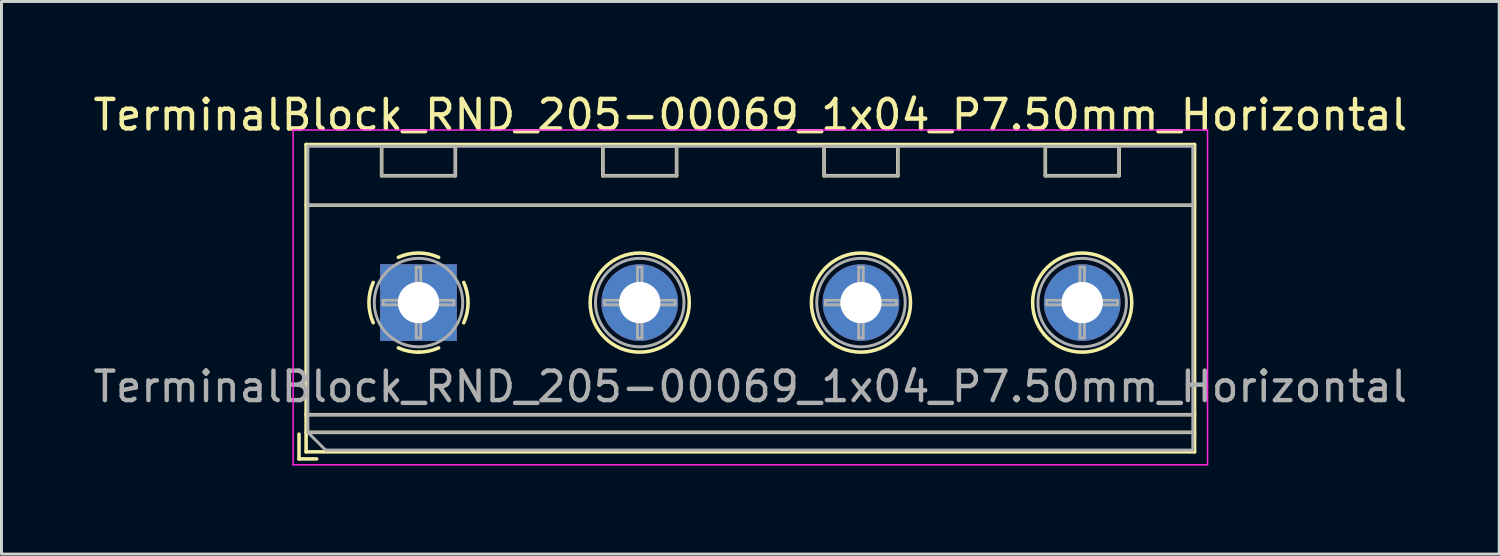
<source format=kicad_pcb>
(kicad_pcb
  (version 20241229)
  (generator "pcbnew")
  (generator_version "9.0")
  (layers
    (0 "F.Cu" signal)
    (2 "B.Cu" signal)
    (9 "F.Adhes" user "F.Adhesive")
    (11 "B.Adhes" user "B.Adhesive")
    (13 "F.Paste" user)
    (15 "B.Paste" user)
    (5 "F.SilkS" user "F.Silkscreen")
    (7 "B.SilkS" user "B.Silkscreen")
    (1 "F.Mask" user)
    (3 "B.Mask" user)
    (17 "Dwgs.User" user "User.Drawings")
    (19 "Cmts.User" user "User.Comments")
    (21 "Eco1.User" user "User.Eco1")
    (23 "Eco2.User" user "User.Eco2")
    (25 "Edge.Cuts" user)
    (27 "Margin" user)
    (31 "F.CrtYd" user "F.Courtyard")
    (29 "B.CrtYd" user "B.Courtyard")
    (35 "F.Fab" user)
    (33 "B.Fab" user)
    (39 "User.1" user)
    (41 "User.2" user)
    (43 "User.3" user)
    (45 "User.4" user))
  (footprint "TerminalBlock_RND_205-00069_1x04_P7.50mm_Horizontal"
    (layer "F.Cu")
    (at 11.137 7.208)
    (property "Reference" "TerminalBlock_RND_205-00069_1x04_P7.50mm_Horizontal" (at 11.25 -6.36 0) (layer "F.SilkS") (effects (font (size 1 1) (thickness 0.15))))
    (attr through_hole)
    (fp_line (start -4.05 4.46) (end -4.05 5.3) (stroke (width 0.12) (type solid)) (layer "F.SilkS"))
    (fp_line (start -4.05 5.3) (end -3.45 5.3) (stroke (width 0.12) (type solid)) (layer "F.SilkS"))
    (fp_line (start -3.81 -5.36) (end -3.81 5.06) (stroke (width 0.12) (type solid)) (layer "F.SilkS"))
    (fp_line (start -3.81 -5.36) (end 26.31 -5.36) (stroke (width 0.12) (type solid)) (layer "F.SilkS"))
    (fp_line (start -3.81 -3.301) (end 26.31 -3.301) (stroke (width 0.12) (type solid)) (layer "F.SilkS"))
    (fp_line (start -3.81 3.8) (end 26.31 3.8) (stroke (width 0.12) (type solid)) (layer "F.SilkS"))
    (fp_line (start -3.81 4.4) (end 26.31 4.4) (stroke (width 0.12) (type solid)) (layer "F.SilkS"))
    (fp_line (start -3.81 5.06) (end 26.31 5.06) (stroke (width 0.12) (type solid)) (layer "F.SilkS"))
    (fp_line (start -1.25 -5.301) (end -1.25 -4.301) (stroke (width 0.12) (type solid)) (layer "F.SilkS"))
    (fp_line (start -1.25 -5.301) (end 1.25 -5.301) (stroke (width 0.12) (type solid)) (layer "F.SilkS"))
    (fp_line (start -1.25 -4.301) (end 1.25 -4.301) (stroke (width 0.12) (type solid)) (layer "F.SilkS"))
    (fp_line (start 1.25 -5.301) (end 1.25 -4.301) (stroke (width 0.12) (type solid)) (layer "F.SilkS"))
    (fp_line (start 6.25 -5.301) (end 6.25 -4.301) (stroke (width 0.12) (type solid)) (layer "F.SilkS"))
    (fp_line (start 6.25 -5.301) (end 8.75 -5.301) (stroke (width 0.12) (type solid)) (layer "F.SilkS"))
    (fp_line (start 6.25 -4.301) (end 8.75 -4.301) (stroke (width 0.12) (type solid)) (layer "F.SilkS"))
    (fp_line (start 8.75 -5.301) (end 8.75 -4.301) (stroke (width 0.12) (type solid)) (layer "F.SilkS"))
    (fp_line (start 13.75 -5.301) (end 13.75 -4.301) (stroke (width 0.12) (type solid)) (layer "F.SilkS"))
    (fp_line (start 13.75 -5.301) (end 16.25 -5.301) (stroke (width 0.12) (type solid)) (layer "F.SilkS"))
    (fp_line (start 13.75 -4.301) (end 16.25 -4.301) (stroke (width 0.12) (type solid)) (layer "F.SilkS"))
    (fp_line (start 16.25 -5.301) (end 16.25 -4.301) (stroke (width 0.12) (type solid)) (layer "F.SilkS"))
    (fp_line (start 21.25 -5.301) (end 21.25 -4.301) (stroke (width 0.12) (type solid)) (layer "F.SilkS"))
    (fp_line (start 21.25 -5.301) (end 23.75 -5.301) (stroke (width 0.12) (type solid)) (layer "F.SilkS"))
    (fp_line (start 21.25 -4.301) (end 23.75 -4.301) (stroke (width 0.12) (type solid)) (layer "F.SilkS"))
    (fp_line (start 23.75 -5.301) (end 23.75 -4.301) (stroke (width 0.12) (type solid)) (layer "F.SilkS"))
    (fp_line (start 26.31 -5.36) (end 26.31 5.06) (stroke (width 0.12) (type solid)) (layer "F.SilkS"))
    (fp_arc (start -1.535427 0.683042) (mid -1.680501 -0.000524) (end -1.535 -0.684) (stroke (width 0.12) (type solid)) (layer "F.SilkS"))
    (fp_arc (start -0.683042 -1.535427) (mid 0.000524 -1.680501) (end 0.684 -1.535) (stroke (width 0.12) (type solid)) (layer "F.SilkS"))
    (fp_arc (start 0.028805 1.680253) (mid -0.335551 1.646659) (end -0.684 1.535) (stroke (width 0.12) (type solid)) (layer "F.SilkS"))
    (fp_arc (start 0.683318 1.534756) (mid 0.349292 1.643288) (end 0 1.68) (stroke (width 0.12) (type solid)) (layer "F.SilkS"))
    (fp_arc (start 1.535427 -0.683042) (mid 1.680501 0.000524) (end 1.535 0.684) (stroke (width 0.12) (type solid)) (layer "F.SilkS"))
    (fp_circle (center 7.5 0) (end 9.18 0) (stroke (width 0.12) (type solid)) (fill no) (layer "F.SilkS"))
    (fp_circle (center 15 0) (end 16.68 0) (stroke (width 0.12) (type solid)) (fill no) (layer "F.SilkS"))
    (fp_circle (center 22.5 0) (end 24.18 0) (stroke (width 0.12) (type solid)) (fill no) (layer "F.SilkS"))
    (fp_line (start -4.25 -5.85) (end -4.25 5.5) (stroke (width 0.05) (type solid)) (layer "F.CrtYd"))
    (fp_line (start -4.25 5.5) (end 26.75 5.5) (stroke (width 0.05) (type solid)) (layer "F.CrtYd"))
    (fp_line (start 26.75 -5.85) (end -4.25 -5.85) (stroke (width 0.05) (type solid)) (layer "F.CrtYd"))
    (fp_line (start 26.75 5.5) (end 26.75 -5.85) (stroke (width 0.05) (type solid)) (layer "F.CrtYd"))
    (fp_line (start -3.75 -5.3) (end 26.25 -5.3) (stroke (width 0.1) (type solid)) (layer "F.Fab"))
    (fp_line (start -3.75 -3.3) (end 26.25 -3.3) (stroke (width 0.1) (type solid)) (layer "F.Fab"))
    (fp_line (start -3.75 3.8) (end 26.25 3.8) (stroke (width 0.1) (type solid)) (layer "F.Fab"))
    (fp_line (start -3.75 4.4) (end -3.75 -5.3) (stroke (width 0.1) (type solid)) (layer "F.Fab"))
    (fp_line (start -3.75 4.4) (end 26.25 4.4) (stroke (width 0.1) (type solid)) (layer "F.Fab"))
    (fp_line (start -3.15 5) (end -3.75 4.4) (stroke (width 0.1) (type solid)) (layer "F.Fab"))
    (fp_line (start -1.25 -5.3) (end -1.25 -4.3) (stroke (width 0.1) (type solid)) (layer "F.Fab"))
    (fp_line (start -1.25 -4.3) (end 1.25 -4.3) (stroke (width 0.1) (type solid)) (layer "F.Fab"))
    (fp_line (start -1.201 -0.076) (end -0.076 -0.076) (stroke (width 0.1) (type solid)) (layer "F.Fab"))
    (fp_line (start -1.201 0.076) (end -1.201 -0.076) (stroke (width 0.1) (type solid)) (layer "F.Fab"))
    (fp_line (start -0.076 -1.201) (end 0.076 -1.201) (stroke (width 0.1) (type solid)) (layer "F.Fab"))
    (fp_line (start -0.076 -0.076) (end -0.076 -1.201) (stroke (width 0.1) (type solid)) (layer "F.Fab"))
    (fp_line (start -0.076 0.076) (end -1.201 0.076) (stroke (width 0.1) (type solid)) (layer "F.Fab"))
    (fp_line (start -0.076 1.201) (end -0.076 0.076) (stroke (width 0.1) (type solid)) (layer "F.Fab"))
    (fp_line (start 0.076 -1.201) (end 0.076 -0.076) (stroke (width 0.1) (type solid)) (layer "F.Fab"))
    (fp_line (start 0.076 -0.076) (end 1.201 -0.076) (stroke (width 0.1) (type solid)) (layer "F.Fab"))
    (fp_line (start 0.076 0.076) (end 0.076 1.201) (stroke (width 0.1) (type solid)) (layer "F.Fab"))
    (fp_line (start 0.076 1.201) (end -0.076 1.201) (stroke (width 0.1) (type solid)) (layer "F.Fab"))
    (fp_line (start 1.201 -0.076) (end 1.201 0.076) (stroke (width 0.1) (type solid)) (layer "F.Fab"))
    (fp_line (start 1.201 0.076) (end 0.076 0.076) (stroke (width 0.1) (type solid)) (layer "F.Fab"))
    (fp_line (start 1.25 -5.3) (end -1.25 -5.3) (stroke (width 0.1) (type solid)) (layer "F.Fab"))
    (fp_line (start 1.25 -4.3) (end 1.25 -5.3) (stroke (width 0.1) (type solid)) (layer "F.Fab"))
    (fp_line (start 6.25 -5.3) (end 6.25 -4.3) (stroke (width 0.1) (type solid)) (layer "F.Fab"))
    (fp_line (start 6.25 -4.3) (end 8.75 -4.3) (stroke (width 0.1) (type solid)) (layer "F.Fab"))
    (fp_line (start 6.299 -0.076) (end 7.424 -0.076) (stroke (width 0.1) (type solid)) (layer "F.Fab"))
    (fp_line (start 6.299 0.076) (end 6.299 -0.076) (stroke (width 0.1) (type solid)) (layer "F.Fab"))
    (fp_line (start 7.424 -1.201) (end 7.576 -1.201) (stroke (width 0.1) (type solid)) (layer "F.Fab"))
    (fp_line (start 7.424 -0.076) (end 7.424 -1.201) (stroke (width 0.1) (type solid)) (layer "F.Fab"))
    (fp_line (start 7.424 0.076) (end 6.299 0.076) (stroke (width 0.1) (type solid)) (layer "F.Fab"))
    (fp_line (start 7.424 1.201) (end 7.424 0.076) (stroke (width 0.1) (type solid)) (layer "F.Fab"))
    (fp_line (start 7.576 -1.201) (end 7.576 -0.076) (stroke (width 0.1) (type solid)) (layer "F.Fab"))
    (fp_line (start 7.576 -0.076) (end 8.701 -0.076) (stroke (width 0.1) (type solid)) (layer "F.Fab"))
    (fp_line (start 7.576 0.076) (end 7.576 1.201) (stroke (width 0.1) (type solid)) (layer "F.Fab"))
    (fp_line (start 7.576 1.201) (end 7.424 1.201) (stroke (width 0.1) (type solid)) (layer "F.Fab"))
    (fp_line (start 8.701 -0.076) (end 8.701 0.076) (stroke (width 0.1) (type solid)) (layer "F.Fab"))
    (fp_line (start 8.701 0.076) (end 7.576 0.076) (stroke (width 0.1) (type solid)) (layer "F.Fab"))
    (fp_line (start 8.75 -5.3) (end 6.25 -5.3) (stroke (width 0.1) (type solid)) (layer "F.Fab"))
    (fp_line (start 8.75 -4.3) (end 8.75 -5.3) (stroke (width 0.1) (type solid)) (layer "F.Fab"))
    (fp_line (start 13.75 -5.3) (end 13.75 -4.3) (stroke (width 0.1) (type solid)) (layer "F.Fab"))
    (fp_line (start 13.75 -4.3) (end 16.25 -4.3) (stroke (width 0.1) (type solid)) (layer "F.Fab"))
    (fp_line (start 13.799 -0.076) (end 14.924 -0.076) (stroke (width 0.1) (type solid)) (layer "F.Fab"))
    (fp_line (start 13.799 0.076) (end 13.799 -0.076) (stroke (width 0.1) (type solid)) (layer "F.Fab"))
    (fp_line (start 14.924 -1.201) (end 15.076 -1.201) (stroke (width 0.1) (type solid)) (layer "F.Fab"))
    (fp_line (start 14.924 -0.076) (end 14.924 -1.201) (stroke (width 0.1) (type solid)) (layer "F.Fab"))
    (fp_line (start 14.924 0.076) (end 13.799 0.076) (stroke (width 0.1) (type solid)) (layer "F.Fab"))
    (fp_line (start 14.924 1.201) (end 14.924 0.076) (stroke (width 0.1) (type solid)) (layer "F.Fab"))
    (fp_line (start 15.076 -1.201) (end 15.076 -0.076) (stroke (width 0.1) (type solid)) (layer "F.Fab"))
    (fp_line (start 15.076 -0.076) (end 16.201 -0.076) (stroke (width 0.1) (type solid)) (layer "F.Fab"))
    (fp_line (start 15.076 0.076) (end 15.076 1.201) (stroke (width 0.1) (type solid)) (layer "F.Fab"))
    (fp_line (start 15.076 1.201) (end 14.924 1.201) (stroke (width 0.1) (type solid)) (layer "F.Fab"))
    (fp_line (start 16.201 -0.076) (end 16.201 0.076) (stroke (width 0.1) (type solid)) (layer "F.Fab"))
    (fp_line (start 16.201 0.076) (end 15.076 0.076) (stroke (width 0.1) (type solid)) (layer "F.Fab"))
    (fp_line (start 16.25 -5.3) (end 13.75 -5.3) (stroke (width 0.1) (type solid)) (layer "F.Fab"))
    (fp_line (start 16.25 -4.3) (end 16.25 -5.3) (stroke (width 0.1) (type solid)) (layer "F.Fab"))
    (fp_line (start 21.25 -5.3) (end 21.25 -4.3) (stroke (width 0.1) (type solid)) (layer "F.Fab"))
    (fp_line (start 21.25 -4.3) (end 23.75 -4.3) (stroke (width 0.1) (type solid)) (layer "F.Fab"))
    (fp_line (start 21.299 -0.076) (end 22.424 -0.076) (stroke (width 0.1) (type solid)) (layer "F.Fab"))
    (fp_line (start 21.299 0.076) (end 21.299 -0.076) (stroke (width 0.1) (type solid)) (layer "F.Fab"))
    (fp_line (start 22.424 -1.201) (end 22.576 -1.201) (stroke (width 0.1) (type solid)) (layer "F.Fab"))
    (fp_line (start 22.424 -0.076) (end 22.424 -1.201) (stroke (width 0.1) (type solid)) (layer "F.Fab"))
    (fp_line (start 22.424 0.076) (end 21.299 0.076) (stroke (width 0.1) (type solid)) (layer "F.Fab"))
    (fp_line (start 22.424 1.201) (end 22.424 0.076) (stroke (width 0.1) (type solid)) (layer "F.Fab"))
    (fp_line (start 22.576 -1.201) (end 22.576 -0.076) (stroke (width 0.1) (type solid)) (layer "F.Fab"))
    (fp_line (start 22.576 -0.076) (end 23.701 -0.076) (stroke (width 0.1) (type solid)) (layer "F.Fab"))
    (fp_line (start 22.576 0.076) (end 22.576 1.201) (stroke (width 0.1) (type solid)) (layer "F.Fab"))
    (fp_line (start 22.576 1.201) (end 22.424 1.201) (stroke (width 0.1) (type solid)) (layer "F.Fab"))
    (fp_line (start 23.701 -0.076) (end 23.701 0.076) (stroke (width 0.1) (type solid)) (layer "F.Fab"))
    (fp_line (start 23.701 0.076) (end 22.576 0.076) (stroke (width 0.1) (type solid)) (layer "F.Fab"))
    (fp_line (start 23.75 -5.3) (end 21.25 -5.3) (stroke (width 0.1) (type solid)) (layer "F.Fab"))
    (fp_line (start 23.75 -4.3) (end 23.75 -5.3) (stroke (width 0.1) (type solid)) (layer "F.Fab"))
    (fp_line (start 26.25 -5.3) (end 26.25 5) (stroke (width 0.1) (type solid)) (layer "F.Fab"))
    (fp_line (start 26.25 5) (end -3.15 5) (stroke (width 0.1) (type solid)) (layer "F.Fab"))
    (fp_circle (center 0 0) (end 1.5 0) (stroke (width 0.1) (type solid)) (fill no) (layer "F.Fab"))
    (fp_circle (center 7.5 0) (end 9 0) (stroke (width 0.1) (type solid)) (fill no) (layer "F.Fab"))
    (fp_circle (center 15 0) (end 16.5 0) (stroke (width 0.1) (type solid)) (fill no) (layer "F.Fab"))
    (fp_circle (center 22.5 0) (end 24 0) (stroke (width 0.1) (type solid)) (fill no) (layer "F.Fab"))
    (fp_text user "${REFERENCE}" (at 11.25 2.85 0) (layer "F.Fab") (effects (font (size 1 1) (thickness 0.15))))
    (pad "1" thru_hole rect (at 0 0) (size 2.6 2.6) (drill 1.4) (layers "*.Cu" "*.Mask"))
    (pad "2" thru_hole circle (at 7.5 0) (size 2.6 2.6) (drill 1.4) (layers "*.Cu" "*.Mask"))
    (pad "3" thru_hole circle (at 15 0) (size 2.6 2.6) (drill 1.4) (layers "*.Cu" "*.Mask"))
    (pad "4" thru_hole circle (at 22.5 0) (size 2.6 2.6) (drill 1.4) (layers "*.Cu" "*.Mask")))
  (gr_rect
    (start -3 -3)
    (end 47.774 15.733)
    (stroke (width 0.1) (type default))
    (fill no)
    (layer "Edge.Cuts")))
</source>
